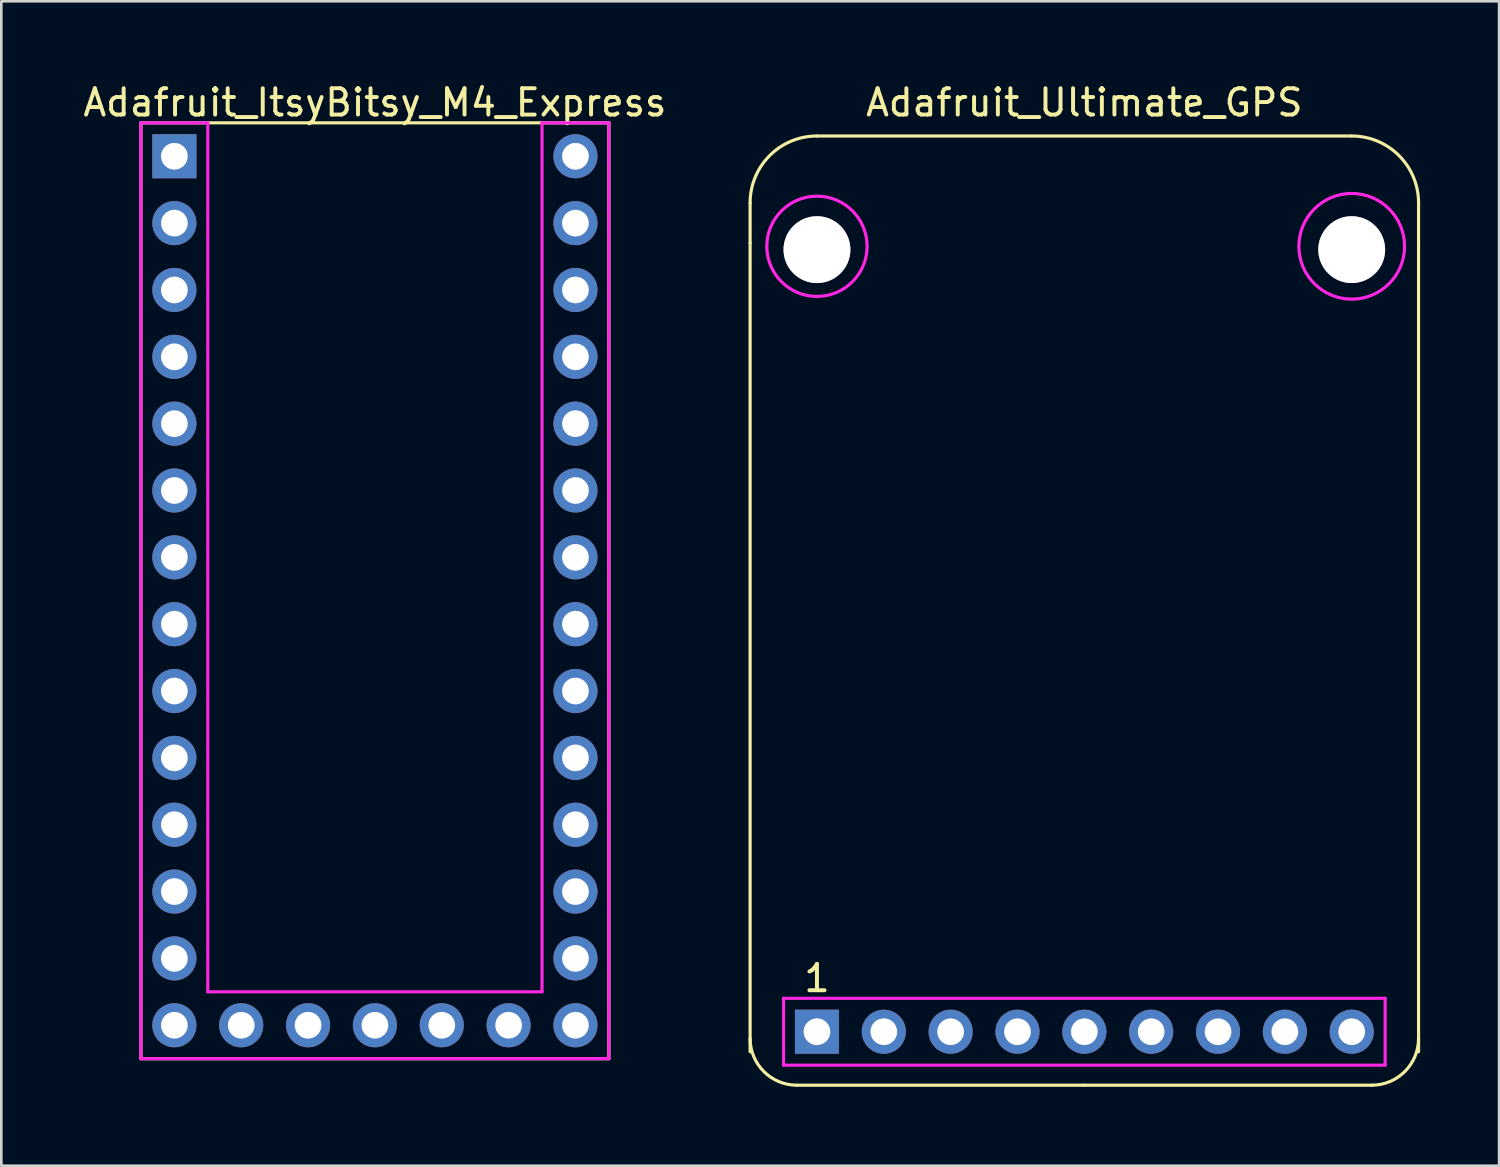
<source format=kicad_pcb>
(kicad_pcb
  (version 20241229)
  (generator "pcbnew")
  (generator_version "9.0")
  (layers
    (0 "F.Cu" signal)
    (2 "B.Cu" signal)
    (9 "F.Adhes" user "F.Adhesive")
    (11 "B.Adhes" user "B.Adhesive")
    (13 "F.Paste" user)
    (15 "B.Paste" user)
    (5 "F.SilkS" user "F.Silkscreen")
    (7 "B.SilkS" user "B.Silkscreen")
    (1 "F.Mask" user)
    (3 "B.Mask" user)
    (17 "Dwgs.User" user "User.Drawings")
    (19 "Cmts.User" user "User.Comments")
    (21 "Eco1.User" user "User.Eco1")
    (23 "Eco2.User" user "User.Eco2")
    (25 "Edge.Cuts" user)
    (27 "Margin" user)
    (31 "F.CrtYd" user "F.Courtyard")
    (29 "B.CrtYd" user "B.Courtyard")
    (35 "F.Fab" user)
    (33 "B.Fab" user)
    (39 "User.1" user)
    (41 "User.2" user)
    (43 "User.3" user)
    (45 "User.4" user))
  (footprint "Adafruit_Ultimate_GPS"
    (layer "F.Cu")
    (at 38.153 36.154)
    (property "Reference" "Adafruit_Ultimate_GPS" (at 0 -35.306 0) (layer "F.SilkS") (effects (font (size 1 1) (thickness 0.15))))
    (attr through_hole)
    (fp_line (start -12.7 -29.972) (end -12.7 -31.496) (stroke (width 0.12) (type solid)) (layer "F.SilkS"))
    (fp_line (start -12.7 0.762) (end -12.7 -29.972) (stroke (width 0.12) (type solid)) (layer "F.SilkS"))
    (fp_line (start -10.16 -34.036) (end 10.16 -34.036) (stroke (width 0.12) (type solid)) (layer "F.SilkS"))
    (fp_line (start 0 2.032) (end -10.922 2.032) (stroke (width 0.12) (type solid)) (layer "F.SilkS"))
    (fp_line (start 0 2.032) (end 10.922 2.032) (stroke (width 0.12) (type solid)) (layer "F.SilkS"))
    (fp_line (start 12.7 -29.972) (end 12.7 -31.496) (stroke (width 0.12) (type solid)) (layer "F.SilkS"))
    (fp_line (start 12.7 0.762) (end 12.7 -29.972) (stroke (width 0.12) (type solid)) (layer "F.SilkS"))
    (fp_arc (start -12.7 -31.496) (mid -11.956051 -33.292051) (end -10.16 -34.036) (stroke (width 0.12) (type solid)) (layer "F.SilkS"))
    (fp_arc (start -10.922 2.032) (mid -12.179236 1.511236) (end -12.7 0.254) (stroke (width 0.12) (type solid)) (layer "F.SilkS"))
    (fp_arc (start 10.16 -34.036) (mid 11.956051 -33.292051) (end 12.7 -31.496) (stroke (width 0.12) (type solid)) (layer "F.SilkS"))
    (fp_arc (start 12.7 0.254) (mid 12.179236 1.511236) (end 10.922 2.032) (stroke (width 0.12) (type solid)) (layer "F.SilkS"))
    (fp_line (start -11.43 -1.27) (end -11.43 1.27) (stroke (width 0.12) (type solid)) (layer "F.CrtYd"))
    (fp_line (start -11.43 1.27) (end 11.43 1.27) (stroke (width 0.12) (type solid)) (layer "F.CrtYd"))
    (fp_line (start 11.43 -1.27) (end -11.43 -1.27) (stroke (width 0.12) (type solid)) (layer "F.CrtYd"))
    (fp_line (start 11.43 1.27) (end 11.43 -1.27) (stroke (width 0.12) (type solid)) (layer "F.CrtYd"))
    (fp_circle (center -10.16 -29.845) (end -8.255 -29.845) (stroke (width 0.12) (type solid)) (fill no) (layer "F.CrtYd"))
    (fp_circle (center 10.16 -29.845) (end 8.255 -29.21) (stroke (width 0.12) (type solid)) (fill no) (layer "F.CrtYd"))
    (fp_text user "1" (at -10.16 -2.032 0) (layer "F.SilkS") (effects (font (size 1 1) (thickness 0.15))))
    (pad "1" thru_hole rect (at -10.16 0) (size 1.676 1.676) (drill 1.016) (layers "*.Cu" "*.Mask"))
    (pad "2" thru_hole circle (at -7.62 0) (size 1.676 1.676) (drill 1.016) (layers "*.Cu" "*.Mask"))
    (pad "3" thru_hole circle (at -5.08 0) (size 1.676 1.676) (drill 1.016) (layers "*.Cu" "*.Mask"))
    (pad "4" thru_hole circle (at -2.54 0) (size 1.676 1.676) (drill 1.016) (layers "*.Cu" "*.Mask"))
    (pad "5" thru_hole circle (at 0 0) (size 1.676 1.676) (drill 1.016) (layers "*.Cu" "*.Mask"))
    (pad "6" thru_hole circle (at 2.54 0) (size 1.676 1.676) (drill 1.016) (layers "*.Cu" "*.Mask"))
    (pad "7" thru_hole circle (at 5.08 0) (size 1.676 1.676) (drill 1.016) (layers "*.Cu" "*.Mask"))
    (pad "8" thru_hole circle (at 7.62 0) (size 1.676 1.676) (drill 1.016) (layers "*.Cu" "*.Mask"))
    (pad "9" thru_hole circle (at 10.16 0) (size 1.676 1.676) (drill 1.016) (layers "*.Cu" "*.Mask"))
    (pad "A1" thru_hole circle (at -10.16 -29.718) (size 2.54 2.54) (drill 2.54) (layers "*.Cu" "*.Mask"))
    (pad "A2" thru_hole circle (at 10.16 -29.718) (size 2.54 2.54) (drill 2.54) (layers "*.Cu" "*.Mask")))
  (footprint "Adafruit_ItsyBitsy_M4_Express"
    (layer "F.Cu")
    (at 11.196 0.348)
    (property "Reference" "Adafruit_ItsyBitsy_M4_Express" (at 0 0.5 0) (layer "F.SilkS") (effects (font (size 1 1) (thickness 0.15))))
    (attr through_hole)
    (fp_line (start -8.89 1.27) (end 8.89 1.27) (stroke (width 0.12) (type solid)) (layer "F.SilkS"))
    (fp_line (start -8.89 36.83) (end -8.89 1.27) (stroke (width 0.12) (type solid)) (layer "F.SilkS"))
    (fp_line (start 8.89 1.27) (end 8.89 36.83) (stroke (width 0.12) (type solid)) (layer "F.SilkS"))
    (fp_line (start 8.89 36.83) (end -8.89 36.83) (stroke (width 0.12) (type solid)) (layer "F.SilkS"))
    (fp_line (start -8.89 1.27) (end -8.89 36.83) (stroke (width 0.12) (type solid)) (layer "F.CrtYd"))
    (fp_line (start -8.89 36.83) (end 8.89 36.83) (stroke (width 0.12) (type solid)) (layer "F.CrtYd"))
    (fp_line (start -6.35 1.27) (end -8.89 1.27) (stroke (width 0.12) (type solid)) (layer "F.CrtYd"))
    (fp_line (start -6.35 34.29) (end -6.35 1.27) (stroke (width 0.12) (type solid)) (layer "F.CrtYd"))
    (fp_line (start 6.35 1.27) (end 6.35 34.29) (stroke (width 0.12) (type solid)) (layer "F.CrtYd"))
    (fp_line (start 6.35 34.29) (end -6.35 34.29) (stroke (width 0.12) (type solid)) (layer "F.CrtYd"))
    (fp_line (start 8.89 1.27) (end 6.35 1.27) (stroke (width 0.12) (type solid)) (layer "F.CrtYd"))
    (fp_line (start 8.89 36.83) (end 8.89 1.27) (stroke (width 0.12) (type solid)) (layer "F.CrtYd"))
    (pad "1" thru_hole rect (at -7.62 2.54) (size 1.676 1.676) (drill 1.016) (layers "*.Cu" "*.Mask"))
    (pad "2" thru_hole circle (at -7.62 5.08) (size 1.676 1.676) (drill 1.016) (layers "*.Cu" "*.Mask"))
    (pad "3" thru_hole circle (at -7.62 7.62) (size 1.676 1.676) (drill 1.016) (layers "*.Cu" "*.Mask"))
    (pad "4" thru_hole circle (at -7.62 10.16) (size 1.676 1.676) (drill 1.016) (layers "*.Cu" "*.Mask"))
    (pad "5" thru_hole circle (at -7.62 12.7) (size 1.676 1.676) (drill 1.016) (layers "*.Cu" "*.Mask"))
    (pad "6" thru_hole circle (at -7.62 15.24) (size 1.676 1.676) (drill 1.016) (layers "*.Cu" "*.Mask"))
    (pad "7" thru_hole circle (at -7.62 17.78) (size 1.676 1.676) (drill 1.016) (layers "*.Cu" "*.Mask"))
    (pad "8" thru_hole circle (at -7.62 20.32) (size 1.676 1.676) (drill 1.016) (layers "*.Cu" "*.Mask"))
    (pad "9" thru_hole circle (at -7.62 22.86) (size 1.676 1.676) (drill 1.016) (layers "*.Cu" "*.Mask"))
    (pad "10" thru_hole circle (at -7.62 25.4) (size 1.676 1.676) (drill 1.016) (layers "*.Cu" "*.Mask"))
    (pad "11" thru_hole circle (at -7.62 27.94) (size 1.676 1.676) (drill 1.016) (layers "*.Cu" "*.Mask"))
    (pad "12" thru_hole circle (at -7.62 30.48) (size 1.676 1.676) (drill 1.016) (layers "*.Cu" "*.Mask"))
    (pad "13" thru_hole circle (at -7.62 33.02) (size 1.676 1.676) (drill 1.016) (layers "*.Cu" "*.Mask"))
    (pad "14" thru_hole circle (at -7.62 35.56) (size 1.676 1.676) (drill 1.016) (layers "*.Cu" "*.Mask"))
    (pad "15" thru_hole circle (at -5.08 35.56) (size 1.676 1.676) (drill 1.016) (layers "*.Cu" "*.Mask"))
    (pad "16" thru_hole circle (at -2.54 35.56) (size 1.676 1.676) (drill 1.016) (layers "*.Cu" "*.Mask"))
    (pad "17" thru_hole circle (at 0 35.56) (size 1.676 1.676) (drill 1.016) (layers "*.Cu" "*.Mask"))
    (pad "18" thru_hole circle (at 2.54 35.56) (size 1.676 1.676) (drill 1.016) (layers "*.Cu" "*.Mask"))
    (pad "19" thru_hole circle (at 5.08 35.56) (size 1.676 1.676) (drill 1.016) (layers "*.Cu" "*.Mask"))
    (pad "20" thru_hole circle (at 7.62 35.56) (size 1.676 1.676) (drill 1.016) (layers "*.Cu" "*.Mask"))
    (pad "21" thru_hole circle (at 7.62 33.02) (size 1.676 1.676) (drill 1.016) (layers "*.Cu" "*.Mask"))
    (pad "22" thru_hole circle (at 7.62 30.48) (size 1.676 1.676) (drill 1.016) (layers "*.Cu" "*.Mask"))
    (pad "23" thru_hole circle (at 7.62 27.94) (size 1.676 1.676) (drill 1.016) (layers "*.Cu" "*.Mask"))
    (pad "24" thru_hole circle (at 7.62 25.4) (size 1.676 1.676) (drill 1.016) (layers "*.Cu" "*.Mask"))
    (pad "25" thru_hole circle (at 7.62 22.86) (size 1.676 1.676) (drill 1.016) (layers "*.Cu" "*.Mask"))
    (pad "26" thru_hole circle (at 7.62 20.32) (size 1.676 1.676) (drill 1.016) (layers "*.Cu" "*.Mask"))
    (pad "27" thru_hole circle (at 7.62 17.78) (size 1.676 1.676) (drill 1.016) (layers "*.Cu" "*.Mask"))
    (pad "28" thru_hole circle (at 7.62 15.24) (size 1.676 1.676) (drill 1.016) (layers "*.Cu" "*.Mask"))
    (pad "29" thru_hole circle (at 7.62 12.7) (size 1.676 1.676) (drill 1.016) (layers "*.Cu" "*.Mask"))
    (pad "30" thru_hole circle (at 7.62 10.16) (size 1.676 1.676) (drill 1.016) (layers "*.Cu" "*.Mask"))
    (pad "31" thru_hole circle (at 7.62 7.62) (size 1.676 1.676) (drill 1.016) (layers "*.Cu" "*.Mask"))
    (pad "32" thru_hole circle (at 7.62 5.08) (size 1.676 1.676) (drill 1.016) (layers "*.Cu" "*.Mask"))
    (pad "33" thru_hole circle (at 7.62 2.54) (size 1.676 1.676) (drill 1.016) (layers "*.Cu" "*.Mask")))
  (gr_rect
    (start -3 -3)
    (end 53.913 41.246)
    (stroke (width 0.1) (type default))
    (fill no)
    (layer "Edge.Cuts")))
</source>
